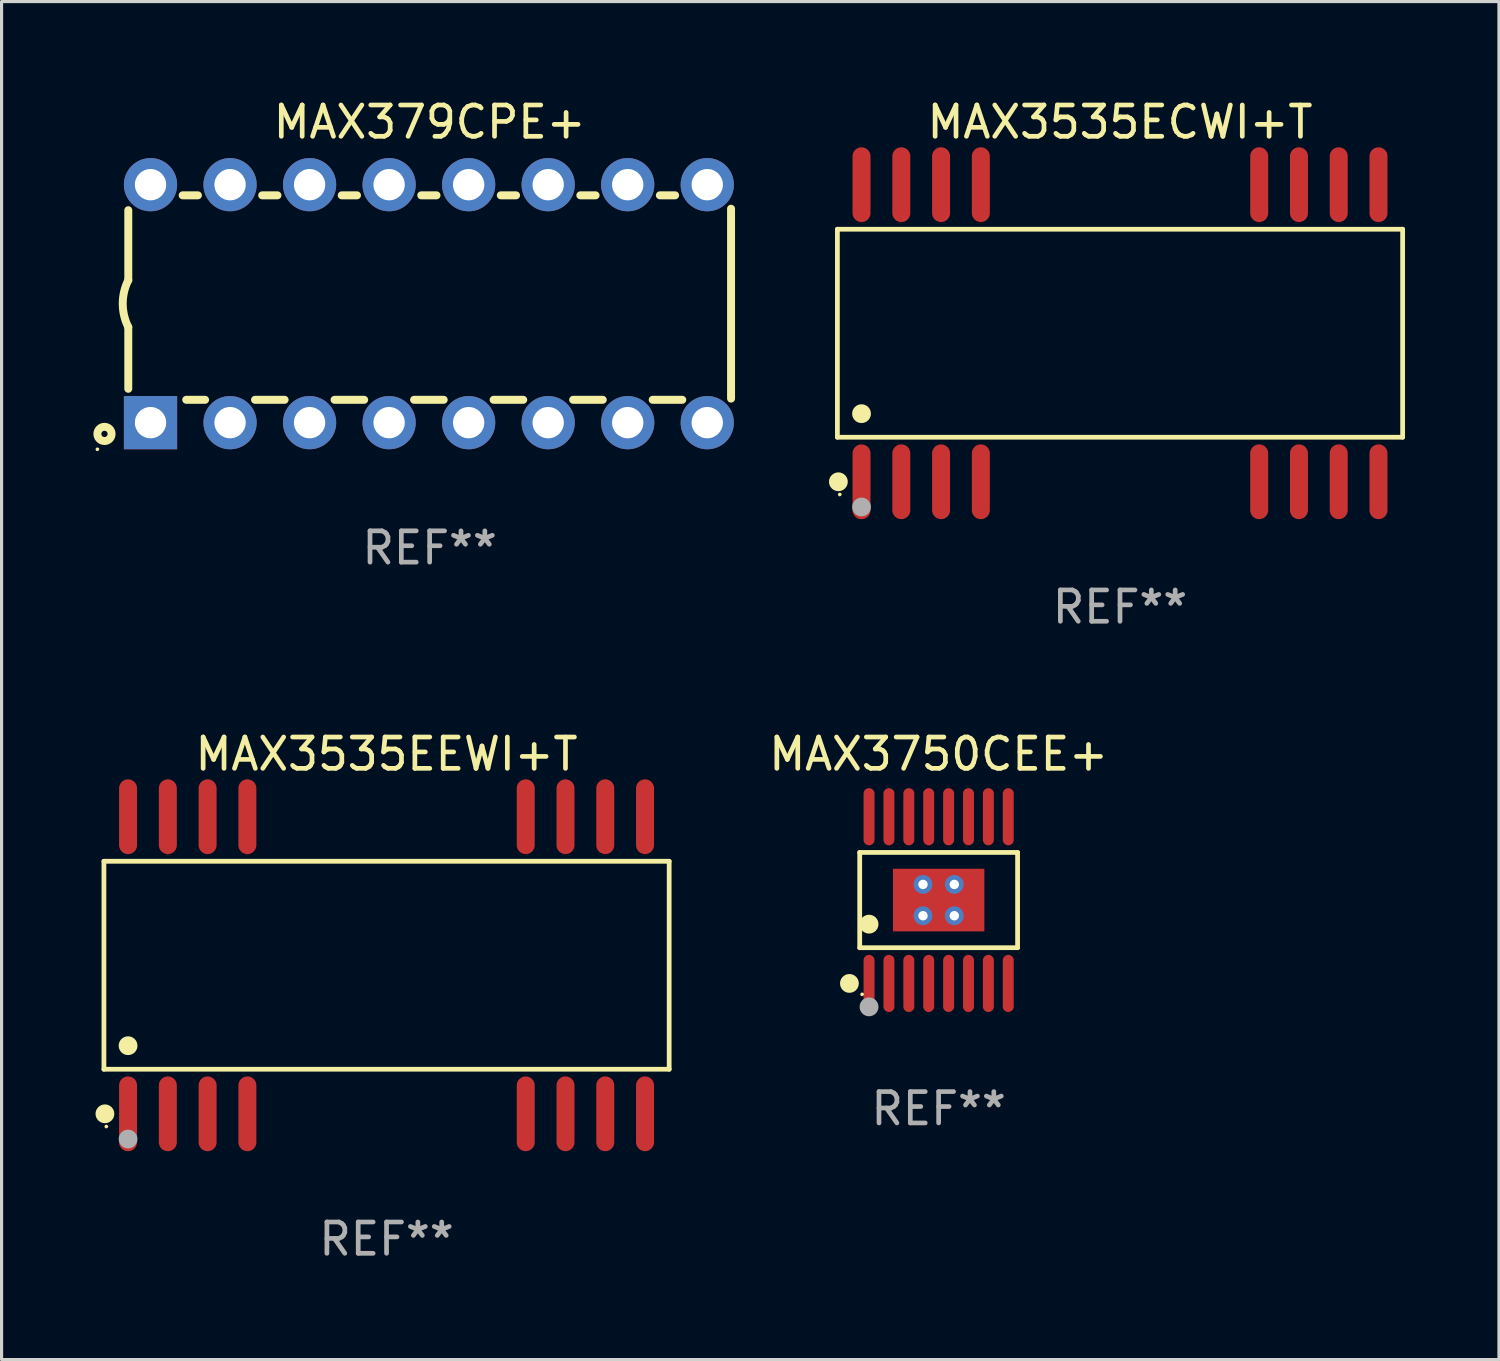
<source format=kicad_pcb>
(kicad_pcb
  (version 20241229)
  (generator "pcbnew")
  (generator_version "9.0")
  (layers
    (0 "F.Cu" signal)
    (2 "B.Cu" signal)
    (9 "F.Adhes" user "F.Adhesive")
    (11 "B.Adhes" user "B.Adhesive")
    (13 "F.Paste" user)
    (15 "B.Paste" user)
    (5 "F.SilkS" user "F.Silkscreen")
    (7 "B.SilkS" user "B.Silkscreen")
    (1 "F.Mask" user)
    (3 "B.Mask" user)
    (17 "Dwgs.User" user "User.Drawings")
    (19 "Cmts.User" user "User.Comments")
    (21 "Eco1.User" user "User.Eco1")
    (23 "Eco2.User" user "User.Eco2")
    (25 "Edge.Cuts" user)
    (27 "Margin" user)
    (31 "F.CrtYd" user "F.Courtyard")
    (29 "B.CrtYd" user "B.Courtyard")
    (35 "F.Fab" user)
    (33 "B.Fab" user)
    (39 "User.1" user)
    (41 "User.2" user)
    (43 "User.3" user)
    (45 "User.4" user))
  (footprint "MAX379CPE+"
    (layer "F.Cu")
    (at 10.672 6.648)
    (property "Reference" "MAX379CPE+" (at 0 -5.8 0) (layer "F.SilkS") (effects (font (size 1 1) (thickness 0.15))))
    (attr through_hole)
    (fp_line (start -9.625 -0.75) (end -9.625 -2.985) (stroke (width 0.254) (type solid)) (layer "F.SilkS"))
    (fp_line (start -9.625 0.749) (end -9.625 2.719) (stroke (width 0.254) (type solid)) (layer "F.SilkS"))
    (fp_line (start -7.889 -3.46) (end -7.401 -3.46) (stroke (width 0.254) (type solid)) (layer "F.SilkS"))
    (fp_line (start -7.775 3.07) (end -7.172 3.07) (stroke (width 0.254) (type solid)) (layer "F.SilkS"))
    (fp_line (start -5.578 3.07) (end -4.632 3.07) (stroke (width 0.254) (type solid)) (layer "F.SilkS"))
    (fp_line (start -5.349 -3.46) (end -4.861 -3.46) (stroke (width 0.254) (type solid)) (layer "F.SilkS"))
    (fp_line (start -3.038 3.07) (end -2.092 3.07) (stroke (width 0.254) (type solid)) (layer "F.SilkS"))
    (fp_line (start -2.809 -3.46) (end -2.321 -3.46) (stroke (width 0.254) (type solid)) (layer "F.SilkS"))
    (fp_line (start -0.498 3.07) (end 0.448 3.07) (stroke (width 0.254) (type solid)) (layer "F.SilkS"))
    (fp_line (start -0.269 -3.46) (end 0.219 -3.46) (stroke (width 0.254) (type solid)) (layer "F.SilkS"))
    (fp_line (start 2.042 3.07) (end 2.988 3.07) (stroke (width 0.254) (type solid)) (layer "F.SilkS"))
    (fp_line (start 2.271 -3.46) (end 2.759 -3.46) (stroke (width 0.254) (type solid)) (layer "F.SilkS"))
    (fp_line (start 4.582 3.07) (end 5.528 3.07) (stroke (width 0.254) (type solid)) (layer "F.SilkS"))
    (fp_line (start 4.811 -3.46) (end 5.299 -3.46) (stroke (width 0.254) (type solid)) (layer "F.SilkS"))
    (fp_line (start 7.122 3.07) (end 8.068 3.07) (stroke (width 0.254) (type solid)) (layer "F.SilkS"))
    (fp_line (start 7.351 -3.46) (end 7.839 -3.46) (stroke (width 0.254) (type solid)) (layer "F.SilkS"))
    (fp_line (start 9.625 3.032) (end 9.625 -3.032) (stroke (width 0.254) (type solid)) (layer "F.SilkS"))
    (fp_arc (start -9.62498 0.748819) (mid -9.801899 -0.000581) (end -9.625006 -0.749987) (stroke (width 0.254001) (type solid)) (layer "F.SilkS"))
    (fp_circle (center -10.612 4.65) (end -10.582 4.65) (stroke (width 0.06) (type solid)) (fill no) (layer "F.SilkS"))
    (fp_circle (center -10.385 4.16) (end -10.285 4.16) (stroke (width 0.254) (type solid)) (fill no) (layer "F.SilkS"))
    (fp_text user "REF**" (at 0 7.8 0) (layer "F.Fab") (effects (font (size 1 1) (thickness 0.15))))
    (pad "1" thru_hole rect (at -8.915 3.8 90) (size 1.7 1.7) (drill 1) (layers "*.Cu" "*.Mask"))
    (pad "2" thru_hole circle (at -6.375 3.8) (size 1.7 1.7) (drill 1) (layers "*.Cu" "*.Mask"))
    (pad "3" thru_hole circle (at -3.835 3.8) (size 1.7 1.7) (drill 1) (layers "*.Cu" "*.Mask"))
    (pad "4" thru_hole circle (at -1.295 3.8) (size 1.7 1.7) (drill 1) (layers "*.Cu" "*.Mask"))
    (pad "5" thru_hole circle (at 1.245 3.8) (size 1.7 1.7) (drill 1) (layers "*.Cu" "*.Mask"))
    (pad "6" thru_hole circle (at 3.785 3.8) (size 1.7 1.7) (drill 1) (layers "*.Cu" "*.Mask"))
    (pad "7" thru_hole circle (at 6.325 3.8) (size 1.7 1.7) (drill 1) (layers "*.Cu" "*.Mask"))
    (pad "8" thru_hole circle (at 8.865 3.8) (size 1.7 1.7) (drill 1) (layers "*.Cu" "*.Mask"))
    (pad "9" thru_hole circle (at 8.865 -3.8) (size 1.7 1.7) (drill 1) (layers "*.Cu" "*.Mask"))
    (pad "10" thru_hole circle (at 6.325 -3.8) (size 1.7 1.7) (drill 1) (layers "*.Cu" "*.Mask"))
    (pad "11" thru_hole circle (at 3.785 -3.8) (size 1.7 1.7) (drill 1) (layers "*.Cu" "*.Mask"))
    (pad "12" thru_hole circle (at 1.245 -3.8) (size 1.7 1.7) (drill 1) (layers "*.Cu" "*.Mask"))
    (pad "13" thru_hole circle (at -1.295 -3.8) (size 1.7 1.7) (drill 1) (layers "*.Cu" "*.Mask"))
    (pad "14" thru_hole circle (at -3.835 -3.8) (size 1.7 1.7) (drill 1) (layers "*.Cu" "*.Mask"))
    (pad "15" thru_hole circle (at -6.375 -3.8) (size 1.7 1.7) (drill 1) (layers "*.Cu" "*.Mask"))
    (pad "16" thru_hole circle (at -8.915 -3.8) (size 1.7 1.7) (drill 1) (layers "*.Cu" "*.Mask")))
  (footprint "MAX3750CEE+"
    (layer "F.Cu")
    (at 26.927 25.695)
    (property "Reference" "MAX3750CEE+" (at 0 -4.662 0) (layer "F.SilkS") (effects (font (size 1 1) (thickness 0.15))))
    (attr through_hole)
    (fp_line (start -2.521 -1.521) (end 2.521 -1.521) (stroke (width 0.152) (type solid)) (layer "F.SilkS"))
    (fp_line (start -2.521 1.521) (end -2.521 -1.521) (stroke (width 0.152) (type solid)) (layer "F.SilkS"))
    (fp_line (start 2.521 -1.521) (end 2.521 1.521) (stroke (width 0.152) (type solid)) (layer "F.SilkS"))
    (fp_line (start 2.521 1.521) (end -2.521 1.521) (stroke (width 0.152) (type solid)) (layer "F.SilkS"))
    (fp_circle (center -2.85 2.662) (end -2.7 2.662) (stroke (width 0.3) (type solid)) (fill no) (layer "F.SilkS"))
    (fp_circle (center -2.445 3.01) (end -2.415 3.01) (stroke (width 0.06) (type solid)) (fill no) (layer "F.SilkS"))
    (fp_circle (center -2.223 0.769) (end -2.072 0.769) (stroke (width 0.3) (type solid)) (fill no) (layer "F.SilkS"))
    (fp_circle (center -2.223 3.41) (end -2.072 3.41) (stroke (width 0.3) (type solid)) (fill no) (layer "F.Fab"))
    (fp_text user "REF**" (at 0 6.662 0) (layer "F.Fab") (effects (font (size 1 1) (thickness 0.15))))
    (pad "1" smd oval (at -2.223 2.662) (size 0.35 1.825) (layers "F.Cu" "F.Mask" "F.Paste"))
    (pad "2" smd oval (at -1.588 2.662) (size 0.35 1.825) (layers "F.Cu" "F.Mask" "F.Paste"))
    (pad "3" smd oval (at -0.953 2.662) (size 0.35 1.825) (layers "F.Cu" "F.Mask" "F.Paste"))
    (pad "4" smd oval (at -0.318 2.662) (size 0.35 1.825) (layers "F.Cu" "F.Mask" "F.Paste"))
    (pad "5" smd oval (at 0.318 2.662) (size 0.35 1.825) (layers "F.Cu" "F.Mask" "F.Paste"))
    (pad "6" smd oval (at 0.953 2.662) (size 0.35 1.825) (layers "F.Cu" "F.Mask" "F.Paste"))
    (pad "7" smd oval (at 1.588 2.662) (size 0.35 1.825) (layers "F.Cu" "F.Mask" "F.Paste"))
    (pad "8" smd oval (at 2.223 2.662) (size 0.35 1.825) (layers "F.Cu" "F.Mask" "F.Paste"))
    (pad "9" smd oval (at 2.223 -2.662) (size 0.35 1.825) (layers "F.Cu" "F.Mask" "F.Paste"))
    (pad "10" smd oval (at 1.588 -2.662) (size 0.35 1.825) (layers "F.Cu" "F.Mask" "F.Paste"))
    (pad "11" smd oval (at 0.953 -2.662) (size 0.35 1.825) (layers "F.Cu" "F.Mask" "F.Paste"))
    (pad "12" smd oval (at 0.318 -2.662) (size 0.35 1.825) (layers "F.Cu" "F.Mask" "F.Paste"))
    (pad "13" smd oval (at -0.318 -2.662) (size 0.35 1.825) (layers "F.Cu" "F.Mask" "F.Paste"))
    (pad "14" smd oval (at -0.953 -2.662) (size 0.35 1.825) (layers "F.Cu" "F.Mask" "F.Paste"))
    (pad "15" smd oval (at -1.588 -2.662) (size 0.35 1.825) (layers "F.Cu" "F.Mask" "F.Paste"))
    (pad "16" smd oval (at -2.223 -2.662) (size 0.35 1.825) (layers "F.Cu" "F.Mask" "F.Paste"))
    (pad "17" thru_hole circle (at -0.5 -0.5) (size 0.6 0.6) (drill 0.3) (layers "*.Cu" "*.Mask"))
    (pad "17" thru_hole circle (at -0.5 0.5) (size 0.6 0.6) (drill 0.3) (layers "*.Cu" "*.Mask"))
    (pad "17" smd rect (at 0 0) (size 2.92 2) (layers "F.Cu" "F.Mask" "F.Paste"))
    (pad "17" thru_hole circle (at 0.5 -0.5) (size 0.6 0.6) (drill 0.3) (layers "*.Cu" "*.Mask"))
    (pad "17" thru_hole circle (at 0.5 0.5) (size 0.6 0.6) (drill 0.3) (layers "*.Cu" "*.Mask")))
  (footprint "MAX3535EEWI+T"
    (layer "F.Cu")
    (at 9.295 27.777)
    (property "Reference" "MAX3535EEWI+T" (at 0 -6.744 0) (layer "F.SilkS") (effects (font (size 1 1) (thickness 0.15))))
    (attr through_hole)
    (fp_line (start -9.026 -3.321) (end 9.026 -3.321) (stroke (width 0.152) (type solid)) (layer "F.SilkS"))
    (fp_line (start -9.026 3.321) (end -9.026 -3.321) (stroke (width 0.152) (type solid)) (layer "F.SilkS"))
    (fp_line (start 9.026 -3.321) (end 9.026 3.321) (stroke (width 0.152) (type solid)) (layer "F.SilkS"))
    (fp_line (start 9.026 3.321) (end -9.026 3.321) (stroke (width 0.152) (type solid)) (layer "F.SilkS"))
    (fp_circle (center -8.994 4.744) (end -8.844 4.744) (stroke (width 0.3) (type solid)) (fill no) (layer "F.SilkS"))
    (fp_circle (center -8.95 5.15) (end -8.92 5.15) (stroke (width 0.06) (type solid)) (fill no) (layer "F.SilkS"))
    (fp_circle (center -8.255 2.569) (end -8.105 2.569) (stroke (width 0.3) (type solid)) (fill no) (layer "F.SilkS"))
    (fp_circle (center -8.255 5.55) (end -8.105 5.55) (stroke (width 0.3) (type solid)) (fill no) (layer "F.Fab"))
    (fp_text user "REF**" (at 0 8.744 0) (layer "F.Fab") (effects (font (size 1 1) (thickness 0.15))))
    (pad "1" smd oval (at -8.255 4.744) (size 0.574 2.388) (layers "F.Cu" "F.Mask" "F.Paste"))
    (pad "2" smd oval (at -6.985 4.744) (size 0.574 2.388) (layers "F.Cu" "F.Mask" "F.Paste"))
    (pad "3" smd oval (at -5.715 4.744) (size 0.574 2.388) (layers "F.Cu" "F.Mask" "F.Paste"))
    (pad "4" smd oval (at -4.445 4.744) (size 0.574 2.388) (layers "F.Cu" "F.Mask" "F.Paste"))
    (pad "11" smd oval (at 4.445 4.744) (size 0.574 2.388) (layers "F.Cu" "F.Mask" "F.Paste"))
    (pad "12" smd oval (at 5.715 4.744) (size 0.574 2.388) (layers "F.Cu" "F.Mask" "F.Paste"))
    (pad "13" smd oval (at 6.985 4.744) (size 0.574 2.388) (layers "F.Cu" "F.Mask" "F.Paste"))
    (pad "14" smd oval (at 8.255 4.744) (size 0.574 2.388) (layers "F.Cu" "F.Mask" "F.Paste"))
    (pad "15" smd oval (at 8.255 -4.744) (size 0.574 2.388) (layers "F.Cu" "F.Mask" "F.Paste"))
    (pad "16" smd oval (at 6.985 -4.744) (size 0.574 2.388) (layers "F.Cu" "F.Mask" "F.Paste"))
    (pad "17" smd oval (at 5.715 -4.744) (size 0.574 2.388) (layers "F.Cu" "F.Mask" "F.Paste"))
    (pad "18" smd oval (at 4.445 -4.744) (size 0.574 2.388) (layers "F.Cu" "F.Mask" "F.Paste"))
    (pad "25" smd oval (at -4.445 -4.744) (size 0.574 2.388) (layers "F.Cu" "F.Mask" "F.Paste"))
    (pad "26" smd oval (at -5.715 -4.744) (size 0.574 2.388) (layers "F.Cu" "F.Mask" "F.Paste"))
    (pad "27" smd oval (at -6.985 -4.744) (size 0.574 2.388) (layers "F.Cu" "F.Mask" "F.Paste"))
    (pad "28" smd oval (at -8.255 -4.744) (size 0.574 2.388) (layers "F.Cu" "F.Mask" "F.Paste")))
  (footprint "MAX3535ECWI+T"
    (layer "F.Cu")
    (at 32.719 7.592)
    (property "Reference" "MAX3535ECWI+T" (at 0 -6.744 0) (layer "F.SilkS") (effects (font (size 1 1) (thickness 0.15))))
    (attr through_hole)
    (fp_line (start -9.026 -3.321) (end 9.026 -3.321) (stroke (width 0.152) (type solid)) (layer "F.SilkS"))
    (fp_line (start -9.026 3.321) (end -9.026 -3.321) (stroke (width 0.152) (type solid)) (layer "F.SilkS"))
    (fp_line (start 9.026 -3.321) (end 9.026 3.321) (stroke (width 0.152) (type solid)) (layer "F.SilkS"))
    (fp_line (start 9.026 3.321) (end -9.026 3.321) (stroke (width 0.152) (type solid)) (layer "F.SilkS"))
    (fp_circle (center -8.994 4.744) (end -8.844 4.744) (stroke (width 0.3) (type solid)) (fill no) (layer "F.SilkS"))
    (fp_circle (center -8.95 5.15) (end -8.92 5.15) (stroke (width 0.06) (type solid)) (fill no) (layer "F.SilkS"))
    (fp_circle (center -8.255 2.569) (end -8.105 2.569) (stroke (width 0.3) (type solid)) (fill no) (layer "F.SilkS"))
    (fp_circle (center -8.255 5.55) (end -8.105 5.55) (stroke (width 0.3) (type solid)) (fill no) (layer "F.Fab"))
    (fp_text user "REF**" (at 0 8.744 0) (layer "F.Fab") (effects (font (size 1 1) (thickness 0.15))))
    (pad "1" smd oval (at -8.255 4.744) (size 0.574 2.388) (layers "F.Cu" "F.Mask" "F.Paste"))
    (pad "2" smd oval (at -6.985 4.744) (size 0.574 2.388) (layers "F.Cu" "F.Mask" "F.Paste"))
    (pad "3" smd oval (at -5.715 4.744) (size 0.574 2.388) (layers "F.Cu" "F.Mask" "F.Paste"))
    (pad "4" smd oval (at -4.445 4.744) (size 0.574 2.388) (layers "F.Cu" "F.Mask" "F.Paste"))
    (pad "11" smd oval (at 4.445 4.744) (size 0.574 2.388) (layers "F.Cu" "F.Mask" "F.Paste"))
    (pad "12" smd oval (at 5.715 4.744) (size 0.574 2.388) (layers "F.Cu" "F.Mask" "F.Paste"))
    (pad "13" smd oval (at 6.985 4.744) (size 0.574 2.388) (layers "F.Cu" "F.Mask" "F.Paste"))
    (pad "14" smd oval (at 8.255 4.744) (size 0.574 2.388) (layers "F.Cu" "F.Mask" "F.Paste"))
    (pad "15" smd oval (at 8.255 -4.744) (size 0.574 2.388) (layers "F.Cu" "F.Mask" "F.Paste"))
    (pad "16" smd oval (at 6.985 -4.744) (size 0.574 2.388) (layers "F.Cu" "F.Mask" "F.Paste"))
    (pad "17" smd oval (at 5.715 -4.744) (size 0.574 2.388) (layers "F.Cu" "F.Mask" "F.Paste"))
    (pad "18" smd oval (at 4.445 -4.744) (size 0.574 2.388) (layers "F.Cu" "F.Mask" "F.Paste"))
    (pad "25" smd oval (at -4.445 -4.744) (size 0.574 2.388) (layers "F.Cu" "F.Mask" "F.Paste"))
    (pad "26" smd oval (at -5.715 -4.744) (size 0.574 2.388) (layers "F.Cu" "F.Mask" "F.Paste"))
    (pad "27" smd oval (at -6.985 -4.744) (size 0.574 2.388) (layers "F.Cu" "F.Mask" "F.Paste"))
    (pad "28" smd oval (at -8.255 -4.744) (size 0.574 2.388) (layers "F.Cu" "F.Mask" "F.Paste")))
  (gr_rect
    (start -3 -3)
    (end 44.821 40.369)
    (stroke (width 0.1) (type default))
    (fill no)
    (layer "Edge.Cuts")))
</source>
